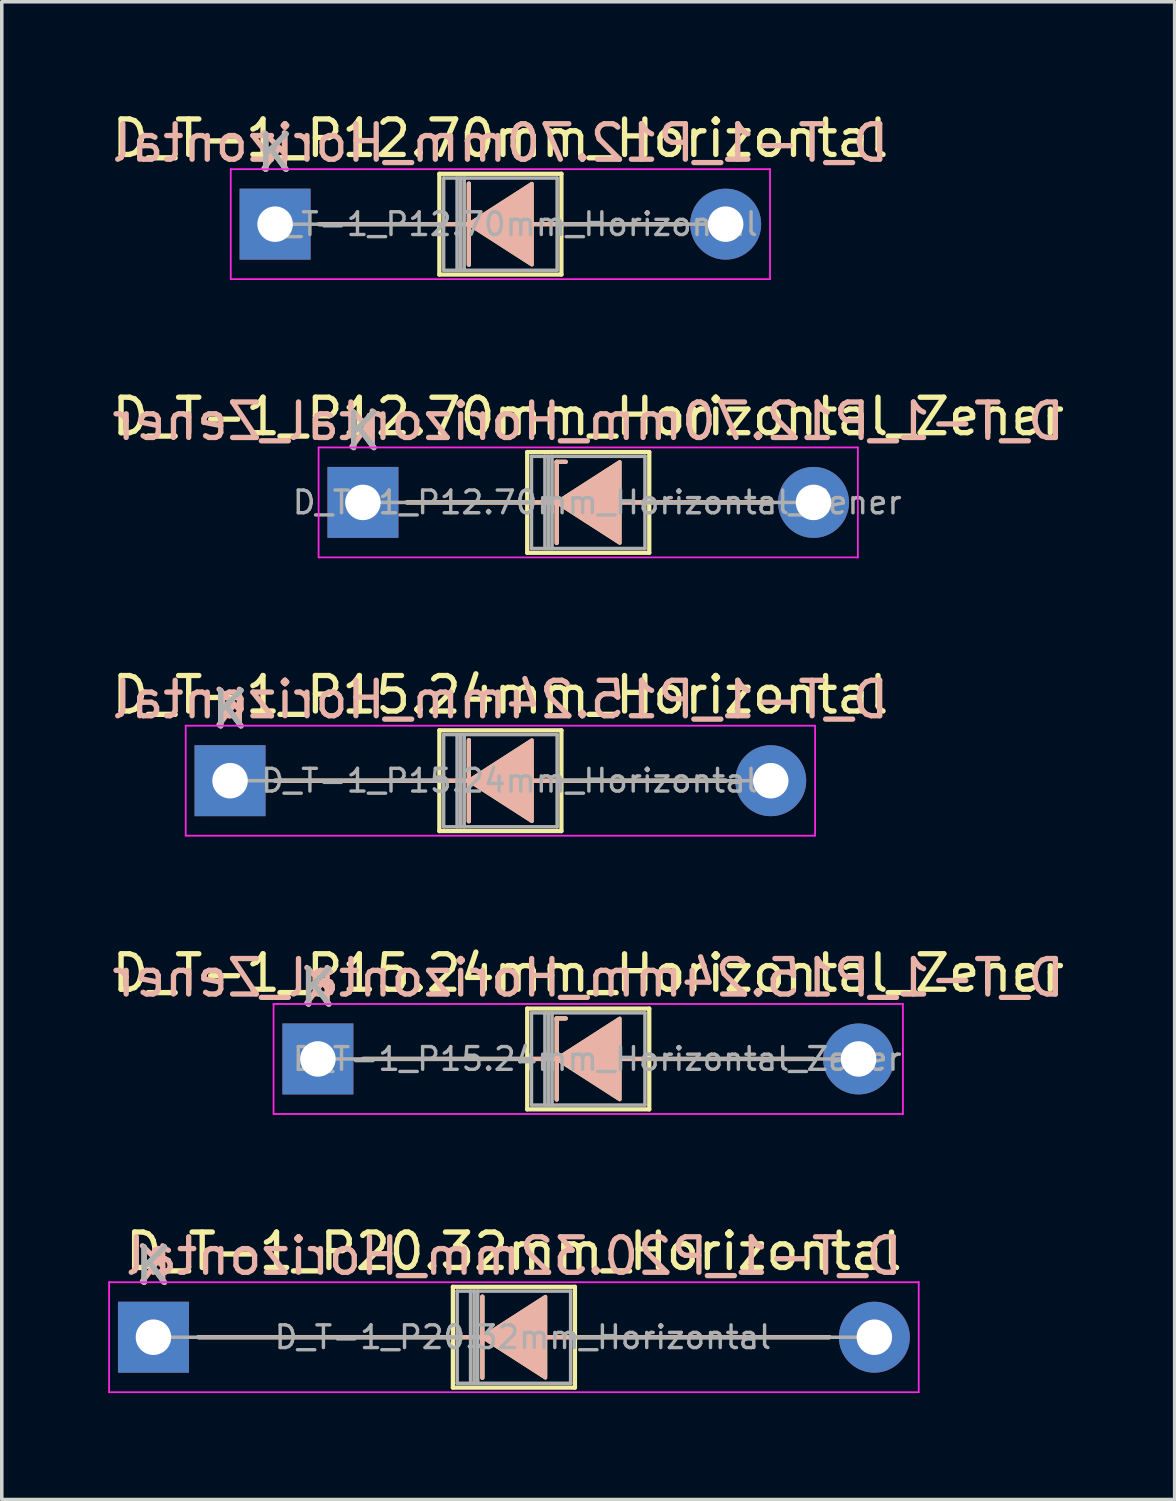
<source format=kicad_pcb>
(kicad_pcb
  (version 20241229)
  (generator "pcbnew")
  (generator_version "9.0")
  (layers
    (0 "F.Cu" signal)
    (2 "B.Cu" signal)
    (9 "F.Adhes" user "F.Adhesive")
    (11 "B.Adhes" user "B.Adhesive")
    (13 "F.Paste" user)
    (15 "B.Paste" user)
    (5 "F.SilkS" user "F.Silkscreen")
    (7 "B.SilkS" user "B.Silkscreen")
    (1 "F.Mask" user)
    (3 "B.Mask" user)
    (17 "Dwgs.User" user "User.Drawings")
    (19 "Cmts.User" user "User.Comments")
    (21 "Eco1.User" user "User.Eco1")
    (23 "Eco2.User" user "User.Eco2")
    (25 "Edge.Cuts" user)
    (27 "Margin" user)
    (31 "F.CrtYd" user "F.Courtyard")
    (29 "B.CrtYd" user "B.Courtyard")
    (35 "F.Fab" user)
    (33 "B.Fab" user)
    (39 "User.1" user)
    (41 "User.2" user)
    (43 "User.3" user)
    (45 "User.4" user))
  (footprint "D_T-1_P15.24mm_Horizontal_Zener"
    (layer "F.Cu")
    (at 5.91 26.798)
    (property "Reference" "D_T-1_P15.24mm_Horizontal_Zener" (at 7.62 -2.42 0) (layer "F.SilkS") (effects (font (size 1 1) (thickness 0.15))))
    (fp_line (start 1.27 0) (end 5.9 0) (stroke (width 0.12) (type solid)) (layer "F.SilkS"))
    (fp_line (start 5.9 -1.42) (end 5.9 1.42) (stroke (width 0.12) (type solid)) (layer "F.SilkS"))
    (fp_line (start 5.9 1.42) (end 9.34 1.42) (stroke (width 0.12) (type solid)) (layer "F.SilkS"))
    (fp_line (start 6.731 -1.143) (end 6.731 1.143) (stroke (width 0.12) (type solid)) (layer "F.SilkS"))
    (fp_line (start 6.731 -1.143) (end 6.985 -1.143) (stroke (width 0.12) (type solid)) (layer "F.SilkS"))
    (fp_line (start 6.858 0) (end 5.9 0) (stroke (width 0.12) (type solid)) (layer "F.SilkS"))
    (fp_line (start 8.509 0) (end 9.34 0) (stroke (width 0.12) (type solid)) (layer "F.SilkS"))
    (fp_line (start 9.34 -1.42) (end 5.9 -1.42) (stroke (width 0.12) (type solid)) (layer "F.SilkS"))
    (fp_line (start 9.34 1.42) (end 9.34 -1.42) (stroke (width 0.12) (type solid)) (layer "F.SilkS"))
    (fp_line (start 13.97 0) (end 9.34 0) (stroke (width 0.12) (type solid)) (layer "F.SilkS"))
    (fp_poly (pts (xy 8.509 1.143) (xy 6.731 0) (xy 8.509 -1.143)) (stroke (width 0.1) (type solid)) (fill yes) (layer "F.SilkS"))
    (fp_line (start 1.27 0) (end 5.9 0) (stroke (width 0.12) (type solid)) (layer "B.SilkS"))
    (fp_line (start 6.731 -1.143) (end 6.985 -1.143) (stroke (width 0.12) (type solid)) (layer "B.SilkS"))
    (fp_line (start 6.731 1.143) (end 6.731 -1.143) (stroke (width 0.12) (type solid)) (layer "B.SilkS"))
    (fp_line (start 6.858 0) (end 5.9 0) (stroke (width 0.12) (type solid)) (layer "B.SilkS"))
    (fp_line (start 8.509 0) (end 9.34 0) (stroke (width 0.12) (type solid)) (layer "B.SilkS"))
    (fp_line (start 13.97 0) (end 9.34 0) (stroke (width 0.12) (type solid)) (layer "B.SilkS"))
    (fp_poly (pts (xy 8.509 -1.143) (xy 6.731 0) (xy 8.509 1.143)) (stroke (width 0.1) (type solid)) (fill yes) (layer "B.SilkS"))
    (fp_line (start -1.25 -1.55) (end -1.25 1.55) (stroke (width 0.05) (type solid)) (layer "F.CrtYd"))
    (fp_line (start -1.25 1.55) (end 16.49 1.55) (stroke (width 0.05) (type solid)) (layer "F.CrtYd"))
    (fp_line (start 16.49 -1.55) (end -1.25 -1.55) (stroke (width 0.05) (type solid)) (layer "F.CrtYd"))
    (fp_line (start 16.49 1.55) (end 16.49 -1.55) (stroke (width 0.05) (type solid)) (layer "F.CrtYd"))
    (fp_line (start 0 0) (end 6.02 0) (stroke (width 0.1) (type solid)) (layer "F.Fab"))
    (fp_line (start 6.02 -1.3) (end 6.02 1.3) (stroke (width 0.1) (type solid)) (layer "F.Fab"))
    (fp_line (start 6.02 1.3) (end 9.22 1.3) (stroke (width 0.1) (type solid)) (layer "F.Fab"))
    (fp_line (start 6.4 -1.3) (end 6.4 1.3) (stroke (width 0.1) (type solid)) (layer "F.Fab"))
    (fp_line (start 6.5 -1.3) (end 6.5 1.3) (stroke (width 0.1) (type solid)) (layer "F.Fab"))
    (fp_line (start 6.6 -1.3) (end 6.6 1.3) (stroke (width 0.1) (type solid)) (layer "F.Fab"))
    (fp_line (start 9.22 -1.3) (end 6.02 -1.3) (stroke (width 0.1) (type solid)) (layer "F.Fab"))
    (fp_line (start 9.22 1.3) (end 9.22 -1.3) (stroke (width 0.1) (type solid)) (layer "F.Fab"))
    (fp_line (start 15.24 0) (end 9.22 0) (stroke (width 0.1) (type solid)) (layer "F.Fab"))
    (fp_text user "K" (at 0 -2 0) (layer "F.SilkS") (effects (font (size 1 1) (thickness 0.15))))
    (fp_text user "K" (at 0 -2.032 0) (layer "B.SilkS") (effects (font (size 1 1) (thickness 0.15)) (justify mirror)))
    (fp_text user "${REFERENCE}" (at 7.62 -2.286 0) (layer "B.SilkS") (effects (font (size 1 1) (thickness 0.15)) (justify mirror)))
    (fp_text user "K" (at 0 -2 0) (layer "F.Fab") (effects (font (size 1 1) (thickness 0.15))))
    (fp_text user "${REFERENCE}" (at 7.874 0 0) (layer "F.Fab") (effects (font (size 0.64 0.64) (thickness 0.096))))
    (pad "1" thru_hole rect (at 0 0) (size 2 2) (drill 1) (layers "*.Cu" "*.Mask"))
    (pad "2" thru_hole oval (at 15.24 0) (size 2 2) (drill 1) (layers "*.Cu" "*.Mask")))
  (footprint "D_T-1_P15.24mm_Horizontal"
    (layer "F.Cu")
    (at 3.434 18.955)
    (property "Reference" "D_T-1_P15.24mm_Horizontal" (at 7.62 -2.42 0) (layer "F.SilkS") (effects (font (size 1 1) (thickness 0.15))))
    (fp_line (start 1.27 0) (end 5.9 0) (stroke (width 0.12) (type solid)) (layer "F.SilkS"))
    (fp_line (start 5.9 -1.42) (end 5.9 1.42) (stroke (width 0.12) (type solid)) (layer "F.SilkS"))
    (fp_line (start 5.9 1.42) (end 9.34 1.42) (stroke (width 0.12) (type solid)) (layer "F.SilkS"))
    (fp_line (start 6.731 -1.143) (end 6.731 1.143) (stroke (width 0.12) (type solid)) (layer "F.SilkS"))
    (fp_line (start 6.858 0) (end 5.9 0) (stroke (width 0.12) (type solid)) (layer "F.SilkS"))
    (fp_line (start 8.509 0) (end 9.34 0) (stroke (width 0.12) (type solid)) (layer "F.SilkS"))
    (fp_line (start 9.34 -1.42) (end 5.9 -1.42) (stroke (width 0.12) (type solid)) (layer "F.SilkS"))
    (fp_line (start 9.34 1.42) (end 9.34 -1.42) (stroke (width 0.12) (type solid)) (layer "F.SilkS"))
    (fp_line (start 13.97 0) (end 9.34 0) (stroke (width 0.12) (type solid)) (layer "F.SilkS"))
    (fp_poly (pts (xy 8.509 1.143) (xy 6.731 0) (xy 8.509 -1.143)) (stroke (width 0.1) (type solid)) (fill yes) (layer "F.SilkS"))
    (fp_line (start 1.27 0) (end 5.9 0) (stroke (width 0.12) (type solid)) (layer "B.SilkS"))
    (fp_line (start 6.731 1.143) (end 6.731 -1.143) (stroke (width 0.12) (type solid)) (layer "B.SilkS"))
    (fp_line (start 6.858 0) (end 5.9 0) (stroke (width 0.12) (type solid)) (layer "B.SilkS"))
    (fp_line (start 8.509 0) (end 9.34 0) (stroke (width 0.12) (type solid)) (layer "B.SilkS"))
    (fp_line (start 13.97 0) (end 9.34 0) (stroke (width 0.12) (type solid)) (layer "B.SilkS"))
    (fp_poly (pts (xy 8.509 -1.143) (xy 6.731 0) (xy 8.509 1.143)) (stroke (width 0.1) (type solid)) (fill yes) (layer "B.SilkS"))
    (fp_line (start -1.25 -1.55) (end -1.25 1.55) (stroke (width 0.05) (type solid)) (layer "F.CrtYd"))
    (fp_line (start -1.25 1.55) (end 16.49 1.55) (stroke (width 0.05) (type solid)) (layer "F.CrtYd"))
    (fp_line (start 16.49 -1.55) (end -1.25 -1.55) (stroke (width 0.05) (type solid)) (layer "F.CrtYd"))
    (fp_line (start 16.49 1.55) (end 16.49 -1.55) (stroke (width 0.05) (type solid)) (layer "F.CrtYd"))
    (fp_line (start 0 0) (end 6.02 0) (stroke (width 0.1) (type solid)) (layer "F.Fab"))
    (fp_line (start 6.02 -1.3) (end 6.02 1.3) (stroke (width 0.1) (type solid)) (layer "F.Fab"))
    (fp_line (start 6.02 1.3) (end 9.22 1.3) (stroke (width 0.1) (type solid)) (layer "F.Fab"))
    (fp_line (start 6.4 -1.3) (end 6.4 1.3) (stroke (width 0.1) (type solid)) (layer "F.Fab"))
    (fp_line (start 6.5 -1.3) (end 6.5 1.3) (stroke (width 0.1) (type solid)) (layer "F.Fab"))
    (fp_line (start 6.6 -1.3) (end 6.6 1.3) (stroke (width 0.1) (type solid)) (layer "F.Fab"))
    (fp_line (start 9.22 -1.3) (end 6.02 -1.3) (stroke (width 0.1) (type solid)) (layer "F.Fab"))
    (fp_line (start 9.22 1.3) (end 9.22 -1.3) (stroke (width 0.1) (type solid)) (layer "F.Fab"))
    (fp_line (start 15.24 0) (end 9.22 0) (stroke (width 0.1) (type solid)) (layer "F.Fab"))
    (fp_text user "K" (at 0 -2 0) (layer "F.SilkS") (effects (font (size 1 1) (thickness 0.15))))
    (fp_text user "K" (at 0 -2.032 0) (layer "B.SilkS") (effects (font (size 1 1) (thickness 0.15)) (justify mirror)))
    (fp_text user "${REFERENCE}" (at 7.62 -2.286 0) (layer "B.SilkS") (effects (font (size 1 1) (thickness 0.15)) (justify mirror)))
    (fp_text user "${REFERENCE}" (at 7.874 0 0) (layer "F.Fab") (effects (font (size 0.64 0.64) (thickness 0.096))))
    (fp_text user "K" (at 0 -2 0) (layer "F.Fab") (effects (font (size 1 1) (thickness 0.15))))
    (pad "1" thru_hole rect (at 0 0) (size 2 2) (drill 1) (layers "*.Cu" "*.Mask"))
    (pad "2" thru_hole oval (at 15.24 0) (size 2 2) (drill 1) (layers "*.Cu" "*.Mask")))
  (footprint "D_T-1_P12.70mm_Horizontal"
    (layer "F.Cu")
    (at 4.704 3.268)
    (property "Reference" "D_T-1_P12.70mm_Horizontal" (at 6.35 -2.42 0) (layer "F.SilkS") (effects (font (size 1 1) (thickness 0.15))))
    (fp_line (start 1.24 0) (end 4.63 0) (stroke (width 0.12) (type solid)) (layer "F.SilkS"))
    (fp_line (start 4.63 -1.42) (end 4.63 1.42) (stroke (width 0.12) (type solid)) (layer "F.SilkS"))
    (fp_line (start 4.63 1.42) (end 8.07 1.42) (stroke (width 0.12) (type solid)) (layer "F.SilkS"))
    (fp_line (start 5.461 -1.143) (end 5.461 1.143) (stroke (width 0.12) (type solid)) (layer "F.SilkS"))
    (fp_line (start 5.588 0) (end 4.63 0) (stroke (width 0.12) (type solid)) (layer "F.SilkS"))
    (fp_line (start 7.239 0) (end 8.07 0) (stroke (width 0.12) (type solid)) (layer "F.SilkS"))
    (fp_line (start 8.07 -1.42) (end 4.63 -1.42) (stroke (width 0.12) (type solid)) (layer "F.SilkS"))
    (fp_line (start 8.07 1.42) (end 8.07 -1.42) (stroke (width 0.12) (type solid)) (layer "F.SilkS"))
    (fp_line (start 11.46 0) (end 8.07 0) (stroke (width 0.12) (type solid)) (layer "F.SilkS"))
    (fp_poly (pts (xy 7.239 1.143) (xy 5.461 0) (xy 7.239 -1.143)) (stroke (width 0.1) (type solid)) (fill yes) (layer "F.SilkS"))
    (fp_line (start 1.24 0) (end 4.63 0) (stroke (width 0.12) (type solid)) (layer "B.SilkS"))
    (fp_line (start 5.461 1.143) (end 5.461 -1.143) (stroke (width 0.12) (type solid)) (layer "B.SilkS"))
    (fp_line (start 5.588 0) (end 4.63 0) (stroke (width 0.12) (type solid)) (layer "B.SilkS"))
    (fp_line (start 7.239 0) (end 8.07 0) (stroke (width 0.12) (type solid)) (layer "B.SilkS"))
    (fp_line (start 11.46 0) (end 8.07 0) (stroke (width 0.12) (type solid)) (layer "B.SilkS"))
    (fp_poly (pts (xy 7.239 -1.143) (xy 5.461 0) (xy 7.239 1.143)) (stroke (width 0.1) (type solid)) (fill yes) (layer "B.SilkS"))
    (fp_line (start -1.25 -1.55) (end -1.25 1.55) (stroke (width 0.05) (type solid)) (layer "F.CrtYd"))
    (fp_line (start -1.25 1.55) (end 13.95 1.55) (stroke (width 0.05) (type solid)) (layer "F.CrtYd"))
    (fp_line (start 13.95 -1.55) (end -1.25 -1.55) (stroke (width 0.05) (type solid)) (layer "F.CrtYd"))
    (fp_line (start 13.95 1.55) (end 13.95 -1.55) (stroke (width 0.05) (type solid)) (layer "F.CrtYd"))
    (fp_line (start 0 0) (end 4.75 0) (stroke (width 0.1) (type solid)) (layer "F.Fab"))
    (fp_line (start 4.75 -1.3) (end 4.75 1.3) (stroke (width 0.1) (type solid)) (layer "F.Fab"))
    (fp_line (start 4.75 1.3) (end 7.95 1.3) (stroke (width 0.1) (type solid)) (layer "F.Fab"))
    (fp_line (start 5.13 -1.3) (end 5.13 1.3) (stroke (width 0.1) (type solid)) (layer "F.Fab"))
    (fp_line (start 5.23 -1.3) (end 5.23 1.3) (stroke (width 0.1) (type solid)) (layer "F.Fab"))
    (fp_line (start 5.33 -1.3) (end 5.33 1.3) (stroke (width 0.1) (type solid)) (layer "F.Fab"))
    (fp_line (start 7.95 -1.3) (end 4.75 -1.3) (stroke (width 0.1) (type solid)) (layer "F.Fab"))
    (fp_line (start 7.95 1.3) (end 7.95 -1.3) (stroke (width 0.1) (type solid)) (layer "F.Fab"))
    (fp_line (start 12.7 0) (end 7.95 0) (stroke (width 0.1) (type solid)) (layer "F.Fab"))
    (fp_text user "K" (at 0 -2 0) (layer "F.SilkS") (effects (font (size 1 1) (thickness 0.15))))
    (fp_text user "${REFERENCE}" (at 6.35 -2.286 0) (layer "B.SilkS") (effects (font (size 1 1) (thickness 0.15)) (justify mirror)))
    (fp_text user "K" (at 0 -2.032 0) (layer "B.SilkS") (effects (font (size 1 1) (thickness 0.15)) (justify mirror)))
    (fp_text user "${REFERENCE}" (at 6.604 0 0) (layer "F.Fab") (effects (font (size 0.64 0.64) (thickness 0.096))))
    (fp_text user "K" (at 0 -2 0) (layer "F.Fab") (effects (font (size 1 1) (thickness 0.15))))
    (pad "1" thru_hole rect (at 0 0) (size 2 2) (drill 1) (layers "*.Cu" "*.Mask"))
    (pad "2" thru_hole oval (at 12.7 0) (size 2 2) (drill 1) (layers "*.Cu" "*.Mask")))
  (footprint "D_T-1_P12.70mm_Horizontal_Zener"
    (layer "F.Cu")
    (at 7.18 11.111)
    (property "Reference" "D_T-1_P12.70mm_Horizontal_Zener" (at 6.35 -2.42 0) (layer "F.SilkS") (effects (font (size 1 1) (thickness 0.15))))
    (fp_line (start 1.24 0) (end 4.63 0) (stroke (width 0.12) (type solid)) (layer "F.SilkS"))
    (fp_line (start 4.63 -1.42) (end 4.63 1.42) (stroke (width 0.12) (type solid)) (layer "F.SilkS"))
    (fp_line (start 4.63 1.42) (end 8.07 1.42) (stroke (width 0.12) (type solid)) (layer "F.SilkS"))
    (fp_line (start 5.461 -1.143) (end 5.461 1.143) (stroke (width 0.12) (type solid)) (layer "F.SilkS"))
    (fp_line (start 5.461 -1.143) (end 5.715 -1.143) (stroke (width 0.12) (type solid)) (layer "F.SilkS"))
    (fp_line (start 5.588 0) (end 4.63 0) (stroke (width 0.12) (type solid)) (layer "F.SilkS"))
    (fp_line (start 7.239 0) (end 8.07 0) (stroke (width 0.12) (type solid)) (layer "F.SilkS"))
    (fp_line (start 8.07 -1.42) (end 4.63 -1.42) (stroke (width 0.12) (type solid)) (layer "F.SilkS"))
    (fp_line (start 8.07 1.42) (end 8.07 -1.42) (stroke (width 0.12) (type solid)) (layer "F.SilkS"))
    (fp_line (start 11.46 0) (end 8.07 0) (stroke (width 0.12) (type solid)) (layer "F.SilkS"))
    (fp_poly (pts (xy 7.239 1.143) (xy 5.461 0) (xy 7.239 -1.143)) (stroke (width 0.1) (type solid)) (fill yes) (layer "F.SilkS"))
    (fp_line (start 1.24 0) (end 4.63 0) (stroke (width 0.12) (type solid)) (layer "B.SilkS"))
    (fp_line (start 5.461 -1.143) (end 5.715 -1.143) (stroke (width 0.12) (type solid)) (layer "B.SilkS"))
    (fp_line (start 5.461 1.143) (end 5.461 -1.143) (stroke (width 0.12) (type solid)) (layer "B.SilkS"))
    (fp_line (start 5.588 0) (end 4.63 0) (stroke (width 0.12) (type solid)) (layer "B.SilkS"))
    (fp_line (start 7.239 0) (end 8.07 0) (stroke (width 0.12) (type solid)) (layer "B.SilkS"))
    (fp_line (start 11.46 0) (end 8.07 0) (stroke (width 0.12) (type solid)) (layer "B.SilkS"))
    (fp_poly (pts (xy 7.239 -1.143) (xy 5.461 0) (xy 7.239 1.143)) (stroke (width 0.1) (type solid)) (fill yes) (layer "B.SilkS"))
    (fp_line (start -1.25 -1.55) (end -1.25 1.55) (stroke (width 0.05) (type solid)) (layer "F.CrtYd"))
    (fp_line (start -1.25 1.55) (end 13.95 1.55) (stroke (width 0.05) (type solid)) (layer "F.CrtYd"))
    (fp_line (start 13.95 -1.55) (end -1.25 -1.55) (stroke (width 0.05) (type solid)) (layer "F.CrtYd"))
    (fp_line (start 13.95 1.55) (end 13.95 -1.55) (stroke (width 0.05) (type solid)) (layer "F.CrtYd"))
    (fp_line (start 0 0) (end 4.75 0) (stroke (width 0.1) (type solid)) (layer "F.Fab"))
    (fp_line (start 4.75 -1.3) (end 4.75 1.3) (stroke (width 0.1) (type solid)) (layer "F.Fab"))
    (fp_line (start 4.75 1.3) (end 7.95 1.3) (stroke (width 0.1) (type solid)) (layer "F.Fab"))
    (fp_line (start 5.13 -1.3) (end 5.13 1.3) (stroke (width 0.1) (type solid)) (layer "F.Fab"))
    (fp_line (start 5.23 -1.3) (end 5.23 1.3) (stroke (width 0.1) (type solid)) (layer "F.Fab"))
    (fp_line (start 5.33 -1.3) (end 5.33 1.3) (stroke (width 0.1) (type solid)) (layer "F.Fab"))
    (fp_line (start 7.95 -1.3) (end 4.75 -1.3) (stroke (width 0.1) (type solid)) (layer "F.Fab"))
    (fp_line (start 7.95 1.3) (end 7.95 -1.3) (stroke (width 0.1) (type solid)) (layer "F.Fab"))
    (fp_line (start 12.7 0) (end 7.95 0) (stroke (width 0.1) (type solid)) (layer "F.Fab"))
    (fp_text user "K" (at 0 -2 0) (layer "F.SilkS") (effects (font (size 1 1) (thickness 0.15))))
    (fp_text user "${REFERENCE}" (at 6.35 -2.286 0) (layer "B.SilkS") (effects (font (size 1 1) (thickness 0.15)) (justify mirror)))
    (fp_text user "K" (at 0 -2.032 0) (layer "B.SilkS") (effects (font (size 1 1) (thickness 0.15)) (justify mirror)))
    (fp_text user "K" (at 0 -2 0) (layer "F.Fab") (effects (font (size 1 1) (thickness 0.15))))
    (fp_text user "${REFERENCE}" (at 6.604 0 0) (layer "F.Fab") (effects (font (size 0.64 0.64) (thickness 0.096))))
    (pad "1" thru_hole rect (at 0 0) (size 2 2) (drill 1) (layers "*.Cu" "*.Mask"))
    (pad "2" thru_hole oval (at 12.7 0) (size 2 2) (drill 1) (layers "*.Cu" "*.Mask")))
  (footprint "D_T-1_P20.32mm_Horizontal"
    (layer "F.Cu")
    (at 1.275 34.641)
    (property "Reference" "D_T-1_P20.32mm_Horizontal" (at 10.16 -2.42 0) (layer "F.SilkS") (effects (font (size 1 1) (thickness 0.15))))
    (fp_line (start 1.27 0) (end 8.44 0) (stroke (width 0.12) (type solid)) (layer "F.SilkS"))
    (fp_line (start 8.44 -1.42) (end 8.44 1.42) (stroke (width 0.12) (type solid)) (layer "F.SilkS"))
    (fp_line (start 8.44 1.42) (end 11.88 1.42) (stroke (width 0.12) (type solid)) (layer "F.SilkS"))
    (fp_line (start 9.271 -1.143) (end 9.271 1.143) (stroke (width 0.12) (type solid)) (layer "F.SilkS"))
    (fp_line (start 9.398 0) (end 8.44 0) (stroke (width 0.12) (type solid)) (layer "F.SilkS"))
    (fp_line (start 11.049 0) (end 11.88 0) (stroke (width 0.12) (type solid)) (layer "F.SilkS"))
    (fp_line (start 11.88 -1.42) (end 8.44 -1.42) (stroke (width 0.12) (type solid)) (layer "F.SilkS"))
    (fp_line (start 11.88 1.42) (end 11.88 -1.42) (stroke (width 0.12) (type solid)) (layer "F.SilkS"))
    (fp_line (start 19.05 0) (end 11.88 0) (stroke (width 0.12) (type solid)) (layer "F.SilkS"))
    (fp_poly (pts (xy 11.049 1.143) (xy 9.271 0) (xy 11.049 -1.143)) (stroke (width 0.1) (type solid)) (fill yes) (layer "F.SilkS"))
    (fp_line (start 1.27 0) (end 8.44 0) (stroke (width 0.12) (type solid)) (layer "B.SilkS"))
    (fp_line (start 9.271 1.143) (end 9.271 -1.143) (stroke (width 0.12) (type solid)) (layer "B.SilkS"))
    (fp_line (start 9.398 0) (end 8.44 0) (stroke (width 0.12) (type solid)) (layer "B.SilkS"))
    (fp_line (start 11.049 0) (end 11.88 0) (stroke (width 0.12) (type solid)) (layer "B.SilkS"))
    (fp_line (start 19.05 0) (end 11.88 0) (stroke (width 0.12) (type solid)) (layer "B.SilkS"))
    (fp_poly (pts (xy 11.049 -1.143) (xy 9.271 0) (xy 11.049 1.143)) (stroke (width 0.1) (type solid)) (fill yes) (layer "B.SilkS"))
    (fp_line (start -1.25 -1.55) (end -1.25 1.55) (stroke (width 0.05) (type solid)) (layer "F.CrtYd"))
    (fp_line (start -1.25 1.55) (end 21.57 1.55) (stroke (width 0.05) (type solid)) (layer "F.CrtYd"))
    (fp_line (start 21.57 -1.55) (end -1.25 -1.55) (stroke (width 0.05) (type solid)) (layer "F.CrtYd"))
    (fp_line (start 21.57 1.55) (end 21.57 -1.55) (stroke (width 0.05) (type solid)) (layer "F.CrtYd"))
    (fp_line (start 0 0) (end 8.56 0) (stroke (width 0.1) (type solid)) (layer "F.Fab"))
    (fp_line (start 8.56 -1.3) (end 8.56 1.3) (stroke (width 0.1) (type solid)) (layer "F.Fab"))
    (fp_line (start 8.56 1.3) (end 11.76 1.3) (stroke (width 0.1) (type solid)) (layer "F.Fab"))
    (fp_line (start 8.94 -1.3) (end 8.94 1.3) (stroke (width 0.1) (type solid)) (layer "F.Fab"))
    (fp_line (start 9.04 -1.3) (end 9.04 1.3) (stroke (width 0.1) (type solid)) (layer "F.Fab"))
    (fp_line (start 9.14 -1.3) (end 9.14 1.3) (stroke (width 0.1) (type solid)) (layer "F.Fab"))
    (fp_line (start 11.76 -1.3) (end 8.56 -1.3) (stroke (width 0.1) (type solid)) (layer "F.Fab"))
    (fp_line (start 11.76 1.3) (end 11.76 -1.3) (stroke (width 0.1) (type solid)) (layer "F.Fab"))
    (fp_line (start 20.32 0) (end 11.76 0) (stroke (width 0.1) (type solid)) (layer "F.Fab"))
    (fp_text user "K" (at 0 -2 0) (layer "F.SilkS") (effects (font (size 1 1) (thickness 0.15))))
    (fp_text user "${REFERENCE}" (at 10.16 -2.286 0) (layer "B.SilkS") (effects (font (size 1 1) (thickness 0.15)) (justify mirror)))
    (fp_text user "K" (at 0 -2.032 0) (layer "B.SilkS") (effects (font (size 1 1) (thickness 0.15)) (justify mirror)))
    (fp_text user "${REFERENCE}" (at 10.414 0 0) (layer "F.Fab") (effects (font (size 0.64 0.64) (thickness 0.096))))
    (fp_text user "K" (at 0 -2 0) (layer "F.Fab") (effects (font (size 1 1) (thickness 0.15))))
    (pad "1" thru_hole rect (at 0 0) (size 2 2) (drill 1) (layers "*.Cu" "*.Mask"))
    (pad "2" thru_hole oval (at 20.32 0) (size 2 2) (drill 1) (layers "*.Cu" "*.Mask")))
  (gr_rect
    (start -3 -3)
    (end 30.06 39.216)
    (stroke (width 0.1) (type default))
    (fill no)
    (layer "Edge.Cuts")))
</source>
